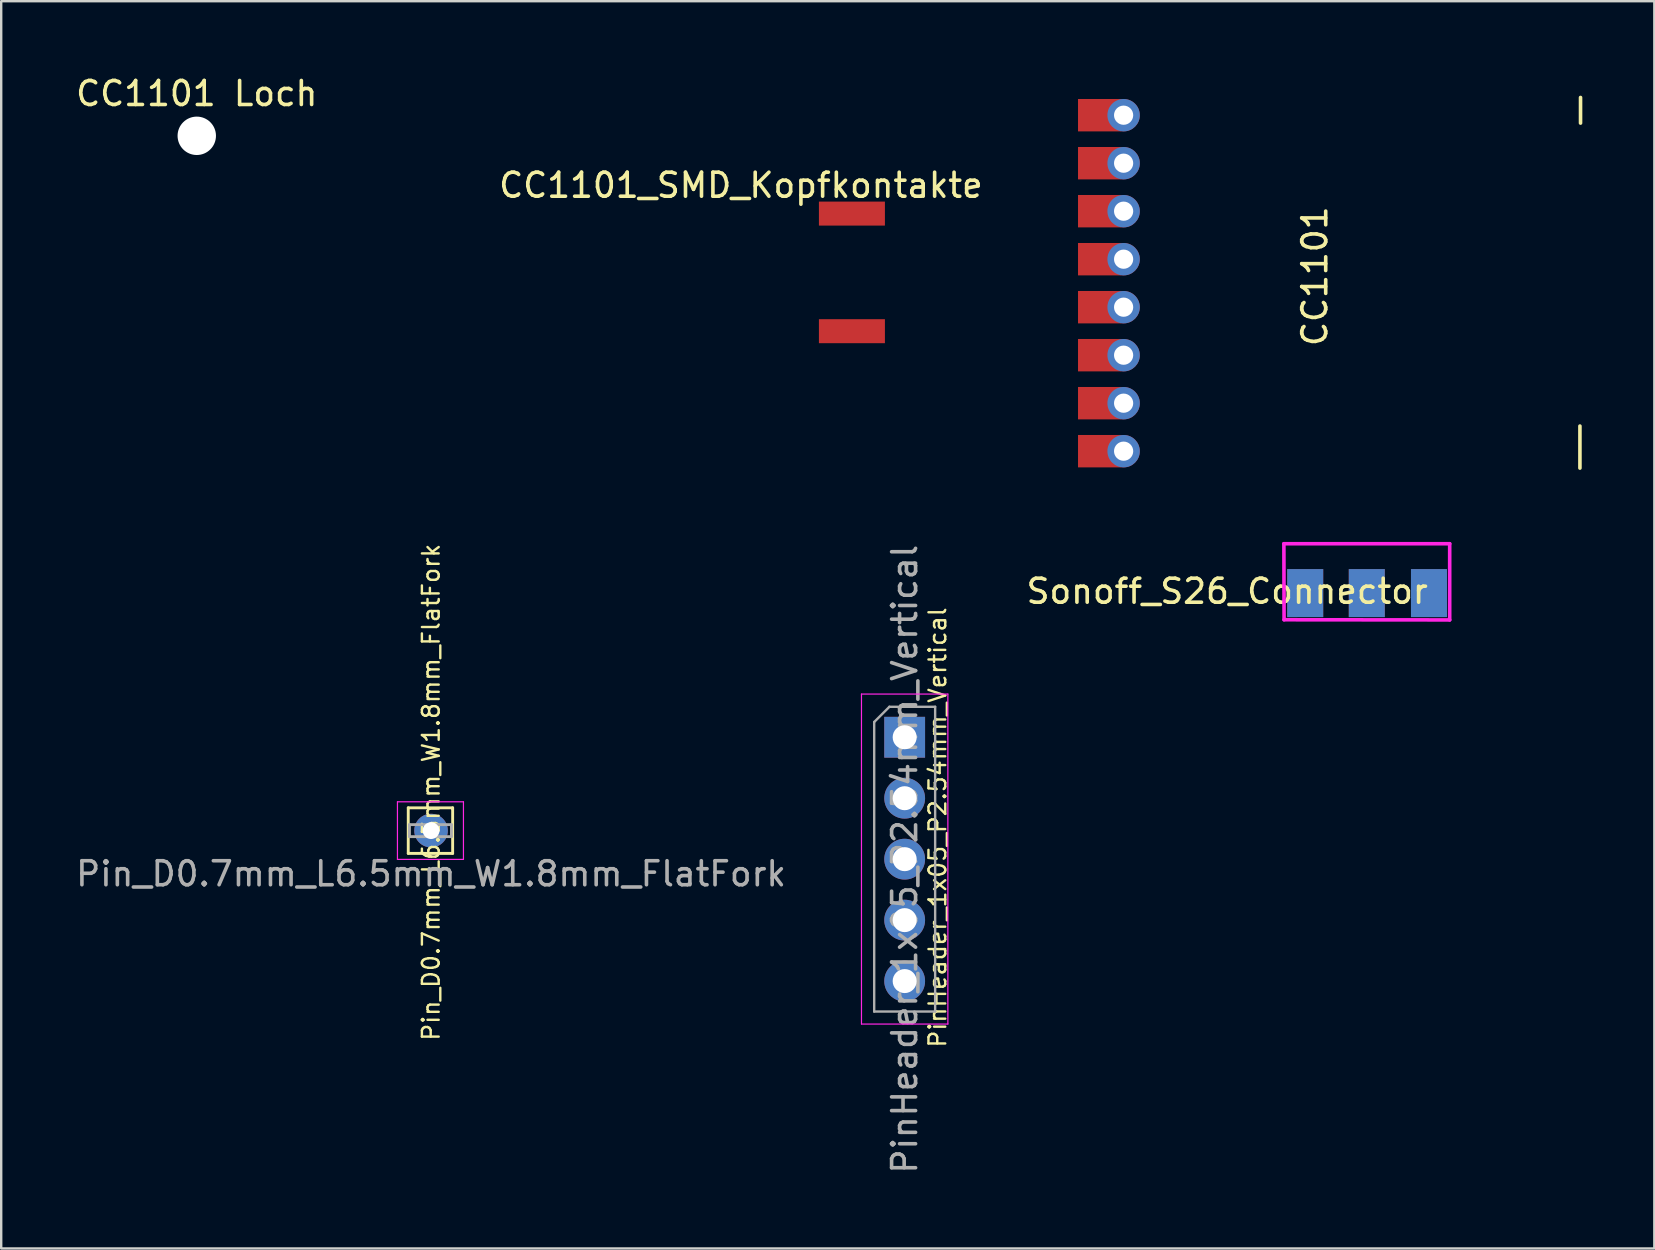
<source format=kicad_pcb>
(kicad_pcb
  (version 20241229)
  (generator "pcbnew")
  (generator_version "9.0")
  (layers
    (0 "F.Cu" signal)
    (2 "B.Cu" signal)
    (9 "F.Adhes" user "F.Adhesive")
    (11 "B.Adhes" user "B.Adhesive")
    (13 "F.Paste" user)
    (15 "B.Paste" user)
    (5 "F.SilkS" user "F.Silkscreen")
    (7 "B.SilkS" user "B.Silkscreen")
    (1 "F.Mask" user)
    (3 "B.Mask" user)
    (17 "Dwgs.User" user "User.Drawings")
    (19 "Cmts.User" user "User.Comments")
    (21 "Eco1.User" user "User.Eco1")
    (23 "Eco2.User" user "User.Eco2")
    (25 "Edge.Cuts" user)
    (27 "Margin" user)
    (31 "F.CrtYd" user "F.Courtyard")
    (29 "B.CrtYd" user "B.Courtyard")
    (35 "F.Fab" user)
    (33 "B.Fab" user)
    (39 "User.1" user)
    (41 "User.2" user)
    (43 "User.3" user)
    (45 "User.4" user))
  (footprint "CC1101_SMD_Kopfkontakte"
    (layer "F.Cu")
    (at 13.548 0.25)
    (property "Reference" "CC1101_SMD_Kopfkontakte" (at 14.275 4.42 0) (layer "F.SilkS") (effects (font (size 1 1) (thickness 0.15))))
    (attr smd)
    (pad "10" smd rect (at 18.9 5.6) (size 2.75 1) (layers "F.Cu" "F.Mask" "F.Paste"))
    (pad "11" smd rect (at 18.9 10.5) (size 2.75 1) (layers "F.Cu" "F.Mask" "F.Paste")))
  (footprint "Pin_D0.7mm_L6.5mm_W1.8mm_FlatFork"
    (layer "F.Cu")
    (at 14.911 31.56)
    (property "Reference" "Pin_D0.7mm_L6.5mm_W1.8mm_FlatFork" (at 0 -1.6 90) (layer "F.SilkS") (effects (font (size 0.7 0.7) (thickness 0.1))))
    (attr through_hole)
    (fp_line (start -0.95 -0.95) (end -0.95 0.95) (stroke (width 0.12) (type solid)) (layer "F.SilkS"))
    (fp_line (start -0.95 0.95) (end 0.9 0.95) (stroke (width 0.12) (type solid)) (layer "F.SilkS"))
    (fp_line (start 0.9 -0.95) (end -0.95 -0.95) (stroke (width 0.12) (type solid)) (layer "F.SilkS"))
    (fp_line (start 0.9 -0.9) (end 0.9 -0.95) (stroke (width 0.12) (type solid)) (layer "F.SilkS"))
    (fp_line (start 0.9 0.95) (end 0.9 -0.9) (stroke (width 0.12) (type solid)) (layer "F.SilkS"))
    (fp_line (start -1.4 -1.2) (end -1.4 1.2) (stroke (width 0.05) (type solid)) (layer "F.CrtYd"))
    (fp_line (start -1.4 -1.2) (end 1.35 -1.2) (stroke (width 0.05) (type solid)) (layer "F.CrtYd"))
    (fp_line (start 1.35 1.2) (end -1.4 1.2) (stroke (width 0.05) (type solid)) (layer "F.CrtYd"))
    (fp_line (start 1.35 1.2) (end 1.35 -1.2) (stroke (width 0.05) (type solid)) (layer "F.CrtYd"))
    (fp_line (start -0.9 -0.25) (end 0.85 -0.25) (stroke (width 0.12) (type solid)) (layer "F.Fab"))
    (fp_line (start -0.9 0.25) (end -0.9 -0.25) (stroke (width 0.12) (type solid)) (layer "F.Fab"))
    (fp_line (start 0.85 -0.25) (end 0.85 0.25) (stroke (width 0.12) (type solid)) (layer "F.Fab"))
    (fp_line (start 0.85 0.25) (end -0.9 0.25) (stroke (width 0.12) (type solid)) (layer "F.Fab"))
    (fp_text user "${REFERENCE}" (at 0 1.8 0) (layer "F.Fab") (effects (font (size 1 1) (thickness 0.15))))
    (pad "1" thru_hole circle (at 0 0) (size 1.4 1.4) (drill 0.7) (layers "*.Cu" "*.Mask")))
  (footprint "CC1101"
    (layer "F.Cu")
    (at 41.269 0.25)
    (property "Reference" "CC1101" (at 10.466 8.21 90) (layer "F.SilkS") (effects (font (size 1 1) (thickness 0.15))))
    (attr through_hole)
    (fp_line (start 21.514 14.453) (end 21.514 16.205) (stroke (width 0.15) (type solid)) (layer "F.SilkS"))
    (fp_line (start 21.539 0.762) (end 21.539 1.829) (stroke (width 0.15) (type solid)) (layer "F.SilkS"))
    (pad "1" connect rect (at 1.5 1.5) (size 1.8 1.35) (layers "F.Cu" "F.Mask"))
    (pad "1" thru_hole circle (at 2.5 1.5) (size 1.35 1.35) (drill 0.8) (layers "*.Cu" "*.Mask"))
    (pad "2" connect rect (at 1.5 3.5) (size 1.8 1.35) (layers "F.Cu" "F.Mask"))
    (pad "2" thru_hole circle (at 2.5 3.5) (size 1.35 1.35) (drill 0.8) (layers "*.Cu" "*.Mask"))
    (pad "3" connect rect (at 1.5 5.5) (size 1.8 1.35) (layers "F.Cu" "F.Mask"))
    (pad "3" thru_hole circle (at 2.5 5.5) (size 1.35 1.35) (drill 0.8) (layers "*.Cu" "*.Mask"))
    (pad "4" connect rect (at 1.5 7.5) (size 1.8 1.35) (layers "F.Cu" "F.Mask"))
    (pad "4" thru_hole circle (at 2.5 7.5) (size 1.35 1.35) (drill 0.8) (layers "*.Cu" "*.Mask"))
    (pad "5" connect rect (at 1.5 9.5) (size 1.8 1.35) (layers "F.Cu" "F.Mask"))
    (pad "5" thru_hole circle (at 2.5 9.5) (size 1.35 1.35) (drill 0.8) (layers "*.Cu" "*.Mask"))
    (pad "6" connect rect (at 1.5 11.5) (size 1.8 1.35) (layers "F.Cu" "F.Mask"))
    (pad "6" thru_hole circle (at 2.5 11.5) (size 1.35 1.35) (drill 0.8) (layers "*.Cu" "*.Mask"))
    (pad "7" connect rect (at 1.5 13.5) (size 1.8 1.35) (layers "F.Cu" "F.Mask"))
    (pad "7" thru_hole circle (at 2.5 13.5) (size 1.35 1.35) (drill 0.8) (layers "*.Cu" "*.Mask"))
    (pad "8" connect rect (at 1.5 15.5) (size 1.8 1.35) (layers "F.Cu" "F.Mask"))
    (pad "8" thru_hole circle (at 2.5 15.5) (size 1.35 1.35) (drill 0.8) (layers "*.Cu" "*.Mask")))
  (footprint "CC1101 Loch"
    (layer "F.Cu")
    (at 5.149 0.348)
    (property "Reference" "CC1101 Loch" (at 0 0.5 0) (layer "F.SilkS") (effects (font (size 1 1) (thickness 0.15))))
    (attr through_hole)
    (pad "" np_thru_hole circle (at 0 2.261) (size 1.6 1.6) (drill 1.6) (layers "*.Cu" "*.Mask")))
  (footprint "PinHeader_1x05_P2.54mm_Vertical"
    (layer "F.Cu")
    (at 34.646 27.67)
    (property "Reference" "PinHeader_1x05_P2.54mm_Vertical" (at 1.372 3.759 270) (layer "F.SilkS") (effects (font (size 0.7 0.7) (thickness 0.1))))
    (attr through_hole)
    (fp_line (start -1.8 -1.8) (end -1.8 11.95) (stroke (width 0.05) (type solid)) (layer "F.CrtYd"))
    (fp_line (start -1.8 11.95) (end 1.8 11.95) (stroke (width 0.05) (type solid)) (layer "F.CrtYd"))
    (fp_line (start 1.8 -1.8) (end -1.8 -1.8) (stroke (width 0.05) (type solid)) (layer "F.CrtYd"))
    (fp_line (start 1.8 11.95) (end 1.8 -1.8) (stroke (width 0.05) (type solid)) (layer "F.CrtYd"))
    (fp_line (start -1.27 -0.635) (end -0.635 -1.27) (stroke (width 0.1) (type solid)) (layer "F.Fab"))
    (fp_line (start -1.27 11.43) (end -1.27 -0.635) (stroke (width 0.1) (type solid)) (layer "F.Fab"))
    (fp_line (start -0.635 -1.27) (end 1.27 -1.27) (stroke (width 0.1) (type solid)) (layer "F.Fab"))
    (fp_line (start 1.27 -1.27) (end 1.27 11.43) (stroke (width 0.1) (type solid)) (layer "F.Fab"))
    (fp_line (start 1.27 11.43) (end -1.27 11.43) (stroke (width 0.1) (type solid)) (layer "F.Fab"))
    (fp_text user "${REFERENCE}" (at 0 5.08 90) (layer "F.Fab") (effects (font (size 1 1) (thickness 0.15))))
    (pad "1" thru_hole rect (at 0 0) (size 1.7 1.7) (drill 1) (layers "*.Cu" "*.Mask"))
    (pad "2" thru_hole oval (at 0 2.54) (size 1.7 1.7) (drill 1) (layers "*.Cu" "*.Mask"))
    (pad "3" thru_hole oval (at 0 5.08) (size 1.7 1.7) (drill 1) (layers "*.Cu" "*.Mask"))
    (pad "4" thru_hole oval (at 0 7.62) (size 1.7 1.7) (drill 1) (layers "*.Cu" "*.Mask"))
    (pad "5" thru_hole oval (at 0 10.16) (size 1.7 1.7) (drill 1) (layers "*.Cu" "*.Mask")))
  (footprint "Sonoff_S26_Connector"
    (layer "F.Cu")
    (at 60.455 20.774)
    (property "Reference" "Sonoff_S26_Connector" (at -12.37 0.813 0) (layer "F.SilkS") (effects (font (size 1 1) (thickness 0.15))))
    (attr through_hole)
    (fp_line (start -10.008 -1.168) (end -10 2) (stroke (width 0.15) (type solid)) (layer "F.CrtYd"))
    (fp_line (start -10 2) (end -3.099 2.007) (stroke (width 0.15) (type solid)) (layer "F.CrtYd"))
    (fp_line (start -3.099 -1.168) (end -10.008 -1.168) (stroke (width 0.15) (type solid)) (layer "F.CrtYd"))
    (fp_line (start -3.099 2.007) (end -3.099 -1.168) (stroke (width 0.15) (type solid)) (layer "F.CrtYd"))
    (pad "1" smd rect (at -9.119 0.889) (size 1.5 2) (layers "F.Cu" "F.Mask" "F.Paste"))
    (pad "2" smd rect (at -6.553 0.889) (size 1.5 2) (layers "F.Cu" "F.Mask" "F.Paste"))
    (pad "3" smd rect (at -3.962 0.889) (size 1.5 2) (layers "F.Cu" "F.Mask" "F.Paste"))
    (pad "4" smd rect (at -9.119 0.889) (size 1.5 2) (layers "B.Cu" "B.Mask" "B.Paste"))
    (pad "5" smd rect (at -6.553 0.889) (size 1.5 2) (layers "B.Cu" "B.Mask" "B.Paste"))
    (pad "6" smd rect (at -3.962 0.889) (size 1.5 2) (layers "B.Cu" "B.Mask" "B.Paste")))
  (gr_rect
    (start -3 -3)
    (end 65.883 48.971)
    (stroke (width 0.1) (type default))
    (fill no)
    (layer "Edge.Cuts")))
</source>
